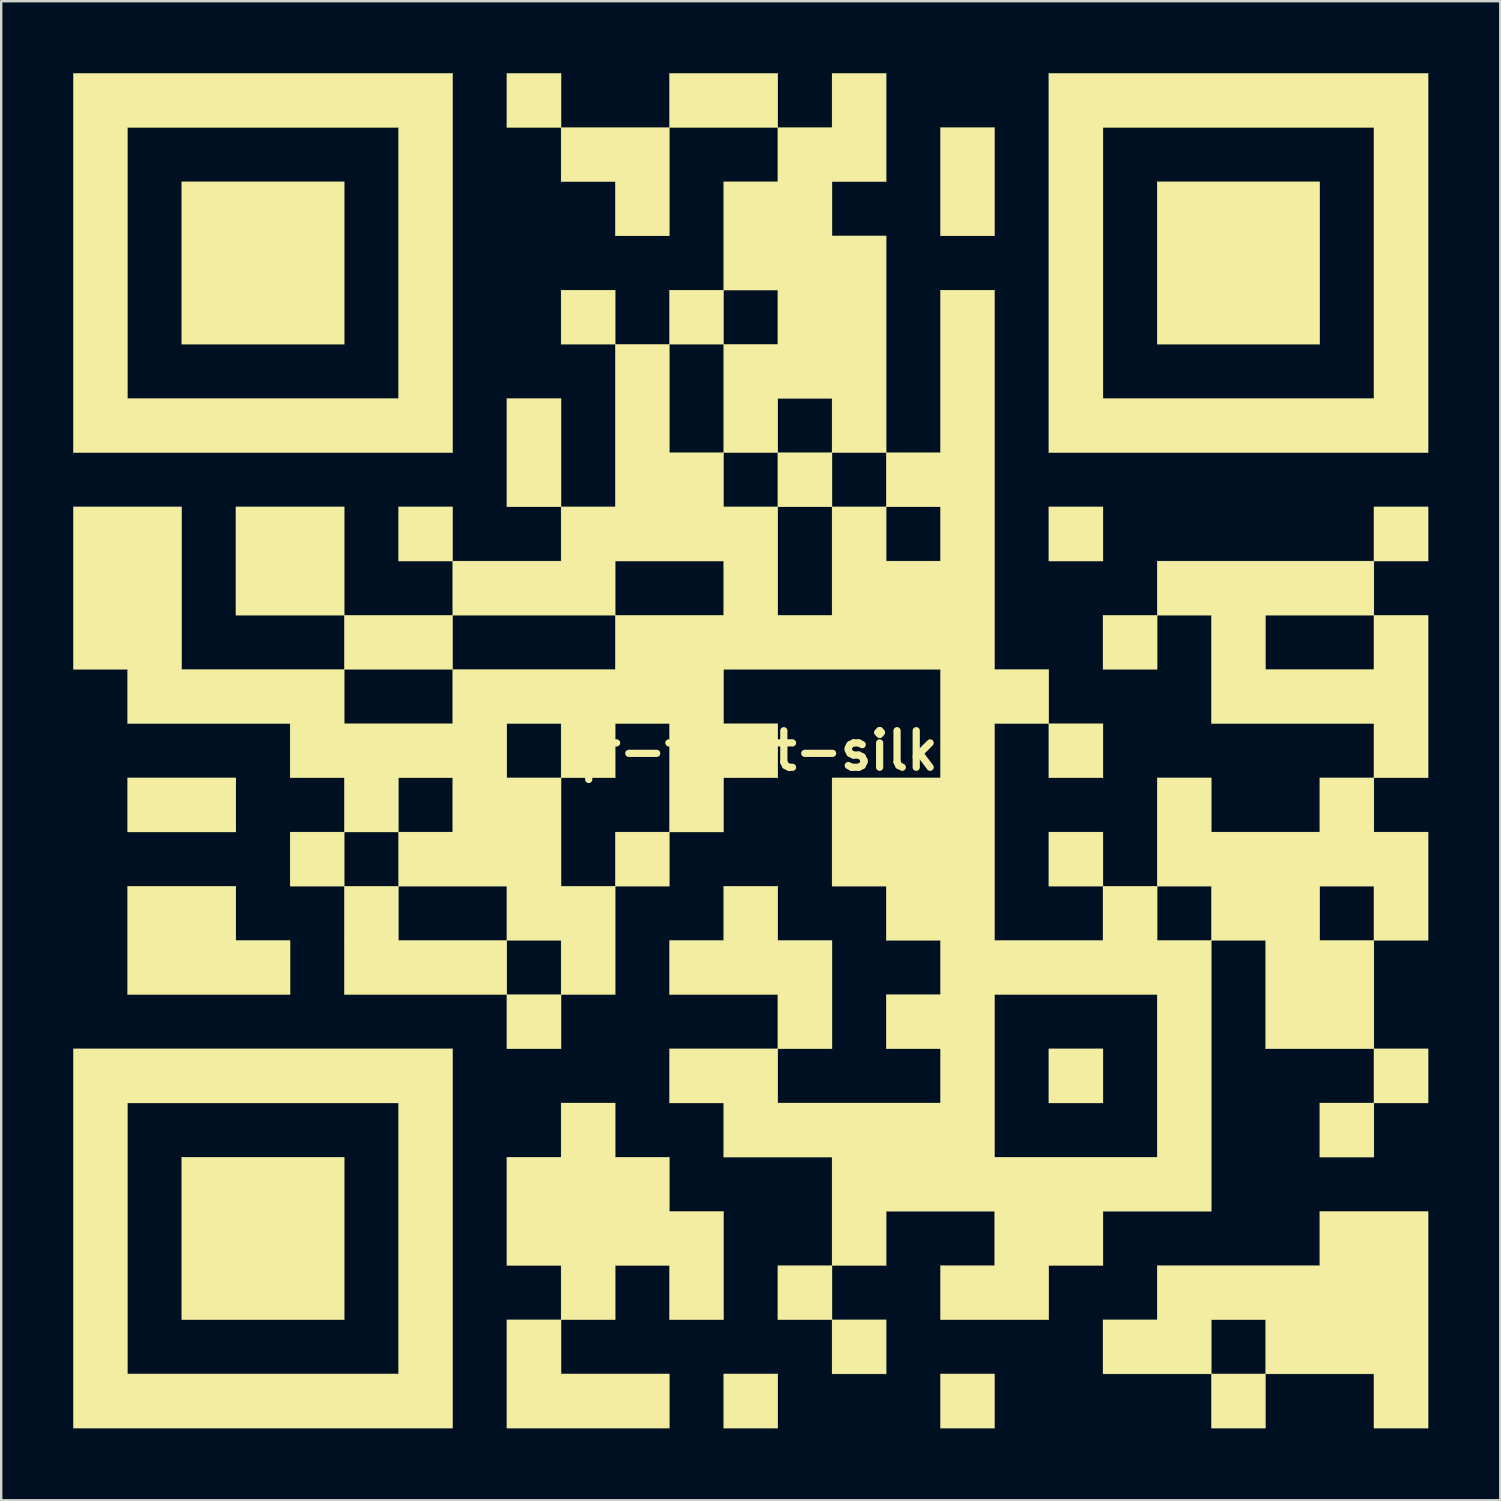
<source format=kicad_pcb>
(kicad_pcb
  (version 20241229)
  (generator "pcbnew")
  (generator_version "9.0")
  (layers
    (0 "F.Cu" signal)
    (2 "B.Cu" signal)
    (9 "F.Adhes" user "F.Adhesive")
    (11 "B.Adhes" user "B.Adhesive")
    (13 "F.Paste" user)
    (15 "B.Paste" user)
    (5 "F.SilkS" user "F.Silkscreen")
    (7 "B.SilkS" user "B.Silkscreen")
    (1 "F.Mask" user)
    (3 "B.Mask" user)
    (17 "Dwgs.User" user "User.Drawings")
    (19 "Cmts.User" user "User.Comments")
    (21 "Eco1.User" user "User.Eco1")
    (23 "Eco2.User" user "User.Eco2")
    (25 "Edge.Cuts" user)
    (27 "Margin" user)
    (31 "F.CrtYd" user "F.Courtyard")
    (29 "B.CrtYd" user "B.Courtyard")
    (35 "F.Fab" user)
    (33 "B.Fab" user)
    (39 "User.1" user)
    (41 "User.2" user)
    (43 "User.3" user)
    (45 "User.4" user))
  (footprint "qr-front-silk"
    (layer "F.Cu")
    (at 28.227 28.227)
    (property "Reference" "qr-front-silk" (at 0 0 0) (layer "F.SilkS") (effects (font (size 1.524 1.524) (thickness 0.3))))
    (attr through_hole)
    (fp_poly (pts (xy -21.449 3.387) (xy -25.964 3.387) (xy -25.964 1.129) (xy -21.449 1.129) (xy -21.449 3.387)) (stroke (width 0.01) (type solid)) (fill yes) (layer "F.SilkS"))
    (fp_poly (pts (xy -16.933 -16.933) (xy -23.707 -16.933) (xy -23.707 -23.707) (xy -16.933 -23.707) (xy -16.933 -16.933)) (stroke (width 0.01) (type solid)) (fill yes) (layer "F.SilkS"))
    (fp_poly (pts (xy -16.933 -5.644) (xy -21.449 -5.644) (xy -21.449 -10.16) (xy -16.933 -10.16) (xy -16.933 -5.644)) (stroke (width 0.01) (type solid)) (fill yes) (layer "F.SilkS"))
    (fp_poly (pts (xy -16.933 23.707) (xy -23.707 23.707) (xy -23.707 16.933) (xy -16.933 16.933) (xy -16.933 23.707)) (stroke (width 0.01) (type solid)) (fill yes) (layer "F.SilkS"))
    (fp_poly (pts (xy -12.418 -7.902) (xy -14.676 -7.902) (xy -14.676 -10.16) (xy -12.418 -10.16) (xy -12.418 -7.902)) (stroke (width 0.01) (type solid)) (fill yes) (layer "F.SilkS"))
    (fp_poly (pts (xy -7.902 -25.964) (xy -10.16 -25.964) (xy -10.16 -28.222) (xy -7.902 -28.222) (xy -7.902 -25.964)) (stroke (width 0.01) (type solid)) (fill yes) (layer "F.SilkS"))
    (fp_poly (pts (xy -7.902 -10.16) (xy -10.16 -10.16) (xy -10.16 -14.676) (xy -7.902 -14.676) (xy -7.902 -10.16)) (stroke (width 0.01) (type solid)) (fill yes) (layer "F.SilkS"))
    (fp_poly (pts (xy -5.644 -16.933) (xy -7.902 -16.933) (xy -7.902 -19.191) (xy -5.644 -19.191) (xy -5.644 -16.933)) (stroke (width 0.01) (type solid)) (fill yes) (layer "F.SilkS"))
    (fp_poly (pts (xy 1.129 -25.964) (xy -3.387 -25.964) (xy -3.387 -28.222) (xy 1.129 -28.222) (xy 1.129 -25.964)) (stroke (width 0.01) (type solid)) (fill yes) (layer "F.SilkS"))
    (fp_poly (pts (xy 1.129 28.222) (xy -1.129 28.222) (xy -1.129 25.964) (xy 1.129 25.964) (xy 1.129 28.222)) (stroke (width 0.01) (type solid)) (fill yes) (layer "F.SilkS"))
    (fp_poly (pts (xy 3.387 -10.16) (xy 1.129 -10.16) (xy 1.129 -12.418) (xy 3.387 -12.418) (xy 3.387 -10.16)) (stroke (width 0.01) (type solid)) (fill yes) (layer "F.SilkS"))
    (fp_poly (pts (xy 3.387 23.707) (xy 1.129 23.707) (xy 1.129 21.449) (xy 3.387 21.449) (xy 3.387 23.707)) (stroke (width 0.01) (type solid)) (fill yes) (layer "F.SilkS"))
    (fp_poly (pts (xy 5.644 25.964) (xy 3.387 25.964) (xy 3.387 23.707) (xy 5.644 23.707) (xy 5.644 25.964)) (stroke (width 0.01) (type solid)) (fill yes) (layer "F.SilkS"))
    (fp_poly (pts (xy 10.16 -21.449) (xy 7.902 -21.449) (xy 7.902 -25.964) (xy 10.16 -25.964) (xy 10.16 -21.449)) (stroke (width 0.01) (type solid)) (fill yes) (layer "F.SilkS"))
    (fp_poly (pts (xy 10.16 28.222) (xy 7.902 28.222) (xy 7.902 25.964) (xy 10.16 25.964) (xy 10.16 28.222)) (stroke (width 0.01) (type solid)) (fill yes) (layer "F.SilkS"))
    (fp_poly (pts (xy 14.676 -7.902) (xy 12.418 -7.902) (xy 12.418 -10.16) (xy 14.676 -10.16) (xy 14.676 -7.902)) (stroke (width 0.01) (type solid)) (fill yes) (layer "F.SilkS"))
    (fp_poly (pts (xy 14.676 1.129) (xy 12.418 1.129) (xy 12.418 -1.129) (xy 14.676 -1.129) (xy 14.676 1.129)) (stroke (width 0.01) (type solid)) (fill yes) (layer "F.SilkS"))
    (fp_poly (pts (xy 14.676 5.644) (xy 12.418 5.644) (xy 12.418 3.387) (xy 14.676 3.387) (xy 14.676 5.644)) (stroke (width 0.01) (type solid)) (fill yes) (layer "F.SilkS"))
    (fp_poly (pts (xy 14.676 14.676) (xy 12.418 14.676) (xy 12.418 12.418) (xy 14.676 12.418) (xy 14.676 14.676)) (stroke (width 0.01) (type solid)) (fill yes) (layer "F.SilkS"))
    (fp_poly (pts (xy 16.933 -3.387) (xy 14.676 -3.387) (xy 14.676 -5.644) (xy 16.933 -5.644) (xy 16.933 -3.387)) (stroke (width 0.01) (type solid)) (fill yes) (layer "F.SilkS"))
    (fp_poly (pts (xy 23.707 -16.933) (xy 16.933 -16.933) (xy 16.933 -23.707) (xy 23.707 -23.707) (xy 23.707 -16.933)) (stroke (width 0.01) (type solid)) (fill yes) (layer "F.SilkS"))
    (fp_poly (pts (xy 25.964 16.933) (xy 23.707 16.933) (xy 23.707 14.676) (xy 25.964 14.676) (xy 25.964 16.933)) (stroke (width 0.01) (type solid)) (fill yes) (layer "F.SilkS"))
    (fp_poly (pts (xy 28.222 -7.902) (xy 25.964 -7.902) (xy 25.964 -10.16) (xy 28.222 -10.16) (xy 28.222 -7.902)) (stroke (width 0.01) (type solid)) (fill yes) (layer "F.SilkS"))
    (fp_poly (pts (xy 28.222 14.676) (xy 25.964 14.676) (xy 25.964 12.418) (xy 28.222 12.418) (xy 28.222 14.676)) (stroke (width 0.01) (type solid)) (fill yes) (layer "F.SilkS"))
    (fp_poly (pts (xy -21.449 7.902) (xy -19.191 7.902) (xy -19.191 10.16) (xy -25.964 10.16) (xy -25.964 5.644) (xy -21.449 5.644) (xy -21.449 7.902)) (stroke (width 0.01) (type solid)) (fill yes) (layer "F.SilkS"))
    (fp_poly (pts (xy -7.902 25.964) (xy -3.387 25.964) (xy -3.387 28.222) (xy -10.16 28.222) (xy -10.16 23.707) (xy -7.902 23.707) (xy -7.902 25.964)) (stroke (width 0.01) (type solid)) (fill yes) (layer "F.SilkS"))
    (fp_poly (pts (xy -3.387 -21.449) (xy -5.644 -21.449) (xy -5.644 -23.707) (xy -7.902 -23.707) (xy -7.902 -25.964) (xy -3.387 -25.964) (xy -3.387 -21.449)) (stroke (width 0.01) (type solid)) (fill yes) (layer "F.SilkS"))
    (fp_poly (pts (xy 1.129 7.902) (xy 3.387 7.902) (xy 3.387 12.418) (xy 1.129 12.418) (xy 1.129 10.16) (xy -3.387 10.16) (xy -3.387 7.902) (xy -1.129 7.902) (xy -1.129 5.644) (xy 1.129 5.644) (xy 1.129 7.902)) (stroke (width 0.01) (type solid)) (fill yes) (layer "F.SilkS"))
    (fp_poly (pts (xy -12.418 -12.418) (xy -28.222 -12.418) (xy -28.222 -25.964) (xy -25.964 -25.964) (xy -25.964 -14.676) (xy -14.676 -14.676) (xy -14.676 -25.964) (xy -25.964 -25.964) (xy -28.222 -25.964) (xy -28.222 -28.222) (xy -12.418 -28.222) (xy -12.418 -12.418)) (stroke (width 0.01) (type solid)) (fill yes) (layer "F.SilkS"))
    (fp_poly (pts (xy -12.418 28.222) (xy -28.222 28.222) (xy -28.222 14.676) (xy -25.964 14.676) (xy -25.964 25.964) (xy -14.676 25.964) (xy -14.676 14.676) (xy -25.964 14.676) (xy -28.222 14.676) (xy -28.222 12.418) (xy -12.418 12.418) (xy -12.418 28.222)) (stroke (width 0.01) (type solid)) (fill yes) (layer "F.SilkS"))
    (fp_poly (pts (xy 28.222 -12.418) (xy 12.418 -12.418) (xy 12.418 -25.964) (xy 14.676 -25.964) (xy 14.676 -14.676) (xy 25.964 -14.676) (xy 25.964 -25.964) (xy 14.676 -25.964) (xy 12.418 -25.964) (xy 12.418 -28.222) (xy 28.222 -28.222) (xy 28.222 -12.418)) (stroke (width 0.01) (type solid)) (fill yes) (layer "F.SilkS"))
    (fp_poly (pts (xy -5.644 16.933) (xy -3.387 16.933) (xy -3.387 19.191) (xy -1.129 19.191) (xy -1.129 23.707) (xy -3.387 23.707) (xy -3.387 21.449) (xy -5.644 21.449) (xy -5.644 23.707) (xy -7.902 23.707) (xy -7.902 21.449) (xy -10.16 21.449) (xy -10.16 16.933) (xy -7.902 16.933) (xy -7.902 14.676) (xy -5.644 14.676) (xy -5.644 16.933)) (stroke (width 0.01) (type solid)) (fill yes) (layer "F.SilkS"))
    (fp_poly (pts (xy 16.933 -7.902) (xy 25.964 -7.902) (xy 25.964 -5.644) (xy 28.222 -5.644) (xy 28.222 1.129) (xy 25.964 1.129) (xy 25.964 -1.129) (xy 19.191 -1.129) (xy 19.191 -5.644) (xy 21.449 -5.644) (xy 21.449 -3.387) (xy 25.964 -3.387) (xy 25.964 -5.644) (xy 21.449 -5.644) (xy 19.191 -5.644) (xy 16.933 -5.644) (xy 16.933 -7.902)) (stroke (width 0.01) (type solid)) (fill yes) (layer "F.SilkS"))
    (fp_poly (pts (xy 28.222 28.222) (xy 25.964 28.222) (xy 25.964 25.964) (xy 21.449 25.964) (xy 21.449 28.222) (xy 19.191 28.222) (xy 19.191 25.964) (xy 14.676 25.964) (xy 14.676 23.707) (xy 16.933 23.707) (xy 19.191 23.707) (xy 19.191 25.964) (xy 21.449 25.964) (xy 21.449 23.707) (xy 19.191 23.707) (xy 16.933 23.707) (xy 16.933 21.449) (xy 23.707 21.449) (xy 23.707 19.191) (xy 28.222 19.191) (xy 28.222 28.222)) (stroke (width 0.01) (type solid)) (fill yes) (layer "F.SilkS"))
    (fp_poly (pts (xy 5.644 -23.707) (xy 3.387 -23.707) (xy 3.387 -21.449) (xy 5.644 -21.449) (xy 5.644 -12.418) (xy 7.902 -12.418) (xy 7.902 -19.191) (xy 10.16 -19.191) (xy 10.16 -3.387) (xy 12.418 -3.387) (xy 12.418 -1.129) (xy 10.16 -1.129) (xy 10.16 7.902) (xy 14.676 7.902) (xy 14.676 5.644) (xy 16.933 5.644) (xy 16.933 7.902) (xy 19.191 7.902) (xy 19.191 5.644) (xy 23.707 5.644) (xy 23.707 7.902) (xy 25.964 7.902) (xy 25.964 5.644) (xy 23.707 5.644) (xy 19.191 5.644) (xy 16.933 5.644) (xy 16.933 1.129) (xy 19.191 1.129) (xy 19.191 3.387) (xy 23.707 3.387) (xy 23.707 1.129) (xy 25.964 1.129) (xy 25.964 3.387) (xy 28.222 3.387) (xy 28.222 7.902) (xy 25.964 7.902) (xy 25.964 12.418) (xy 21.449 12.418) (xy 21.449 7.902) (xy 19.191 7.902) (xy 19.191 19.191) (xy 14.676 19.191) (xy 14.676 21.449) (xy 12.418 21.449) (xy 12.418 23.707) (xy 7.902 23.707) (xy 7.902 21.449) (xy 10.16 21.449) (xy 10.16 19.191) (xy 5.644 19.191) (xy 5.644 21.449) (xy 3.387 21.449) (xy 3.387 16.933) (xy -1.129 16.933) (xy -1.129 14.676) (xy -3.387 14.676) (xy -3.387 12.418) (xy 1.129 12.418) (xy 1.129 14.676) (xy 7.902 14.676) (xy 7.902 12.418) (xy 5.644 12.418) (xy 5.644 10.16) (xy 7.902 10.16) (xy 10.16 10.16) (xy 10.16 16.933) (xy 16.933 16.933) (xy 16.933 10.16) (xy 10.16 10.16) (xy 7.902 10.16) (xy 7.902 7.902) (xy 5.644 7.902) (xy 5.644 5.644) (xy 3.387 5.644) (xy 3.387 1.129) (xy 7.902 1.129) (xy 7.902 -3.387) (xy -1.129 -3.387) (xy -1.129 -1.129) (xy 1.129 -1.129) (xy 1.129 1.129) (xy -1.129 1.129) (xy -1.129 3.387) (xy -3.387 3.387) (xy -3.387 5.644) (xy -5.644 5.644) (xy -5.644 10.16) (xy -7.902 10.16) (xy -7.902 12.418) (xy -10.16 12.418) (xy -10.16 10.16) (xy -16.933 10.16) (xy -16.933 5.644) (xy -19.191 5.644) (xy -19.191 3.387) (xy -16.933 3.387) (xy -16.933 5.644) (xy -14.676 5.644) (xy -14.676 7.902) (xy -10.16 7.902) (xy -10.16 10.16) (xy -7.902 10.16) (xy -7.902 7.902) (xy -10.16 7.902) (xy -10.16 5.644) (xy -14.676 5.644) (xy -14.676 3.387) (xy -16.933 3.387) (xy -16.933 1.129) (xy -14.676 1.129) (xy -14.676 3.387) (xy -12.418 3.387) (xy -12.418 1.129) (xy -14.676 1.129) (xy -16.933 1.129) (xy -19.191 1.129) (xy -19.191 -1.129) (xy -25.964 -1.129) (xy -25.964 -3.387) (xy -28.222 -3.387) (xy -28.222 -10.16) (xy -23.707 -10.16) (xy -23.707 -3.387) (xy -16.933 -3.387) (xy -16.933 -1.129) (xy -12.418 -1.129) (xy -10.16 -1.129) (xy -10.16 1.129) (xy -7.902 1.129) (xy -7.902 5.644) (xy -5.644 5.644) (xy -5.644 3.387) (xy -3.387 3.387) (xy -3.387 -1.129) (xy -5.644 -1.129) (xy -5.644 1.129) (xy -7.902 1.129) (xy -7.902 -1.129) (xy -10.16 -1.129) (xy -12.418 -1.129) (xy -12.418 -3.387) (xy -16.933 -3.387) (xy -16.933 -5.644) (xy -12.418 -5.644) (xy -12.418 -3.387) (xy -5.644 -3.387) (xy -5.644 -5.644) (xy -12.418 -5.644) (xy -12.418 -7.902) (xy -7.902 -7.902) (xy -5.644 -7.902) (xy -5.644 -5.644) (xy -1.129 -5.644) (xy -1.129 -7.902) (xy -5.644 -7.902) (xy -7.902 -7.902) (xy -7.902 -10.16) (xy -5.644 -10.16) (xy -5.644 -16.933) (xy -3.387 -16.933) (xy -3.387 -12.418) (xy -1.129 -12.418) (xy -1.129 -10.16) (xy 1.129 -10.16) (xy 1.129 -5.644) (xy 3.387 -5.644) (xy 3.387 -10.16) (xy 5.644 -10.16) (xy 5.644 -7.902) (xy 7.902 -7.902) (xy 7.902 -10.16) (xy 5.644 -10.16) (xy 5.644 -12.418) (xy 3.387 -12.418) (xy 3.387 -14.676) (xy 1.129 -14.676) (xy 1.129 -12.418) (xy -1.129 -12.418) (xy -1.129 -16.933) (xy -3.387 -16.933) (xy -3.387 -19.191) (xy -1.129 -19.191) (xy -1.129 -16.933) (xy 1.129 -16.933) (xy 1.129 -19.191) (xy -1.129 -19.191) (xy -1.129 -23.707) (xy 1.129 -23.707) (xy 1.129 -25.964) (xy 3.387 -25.964) (xy 3.387 -28.222) (xy 5.644 -28.222) (xy 5.644 -23.707)) (stroke (width 0.01) (type solid)) (fill yes) (layer "F.SilkS")))
  (gr_rect
    (start -3 -3)
    (end 59.454 59.454)
    (stroke (width 0.1) (type default))
    (fill no)
    (layer "Edge.Cuts")))
</source>
